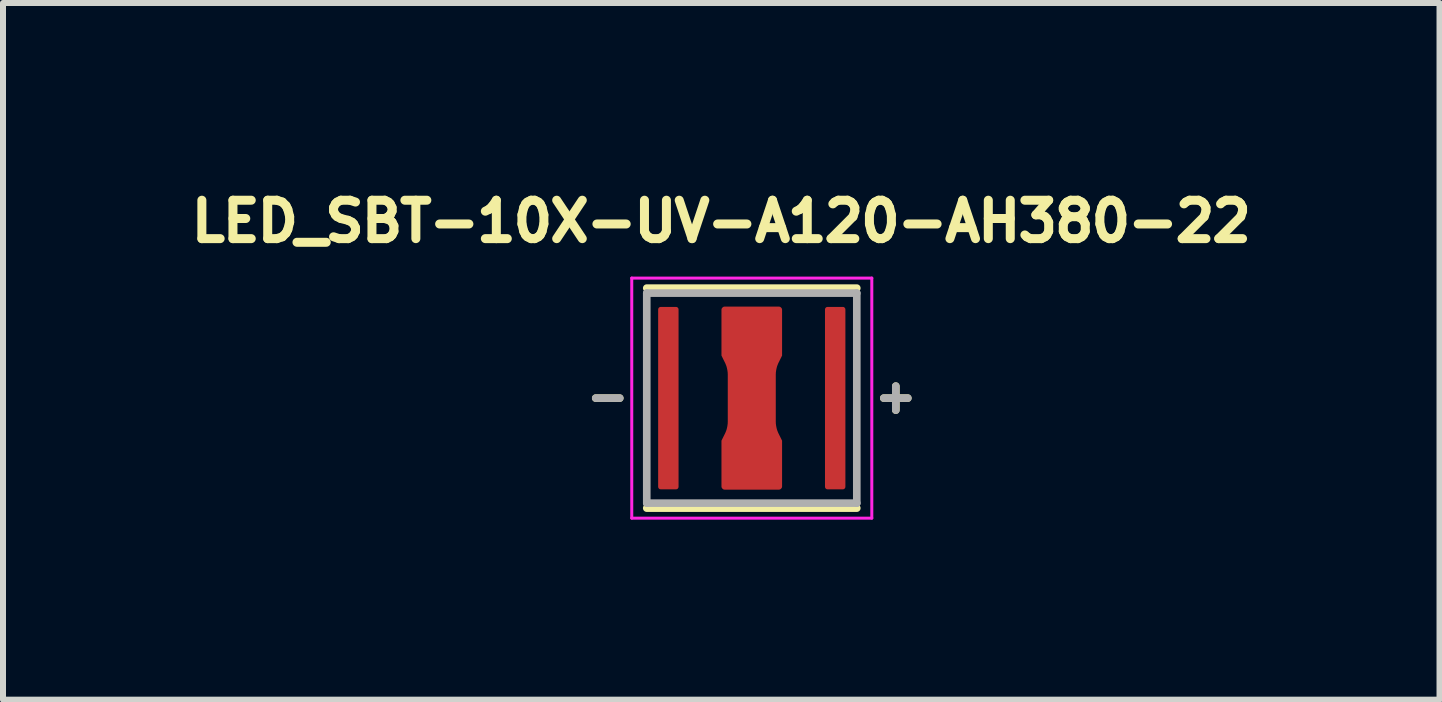
<source format=kicad_pcb>
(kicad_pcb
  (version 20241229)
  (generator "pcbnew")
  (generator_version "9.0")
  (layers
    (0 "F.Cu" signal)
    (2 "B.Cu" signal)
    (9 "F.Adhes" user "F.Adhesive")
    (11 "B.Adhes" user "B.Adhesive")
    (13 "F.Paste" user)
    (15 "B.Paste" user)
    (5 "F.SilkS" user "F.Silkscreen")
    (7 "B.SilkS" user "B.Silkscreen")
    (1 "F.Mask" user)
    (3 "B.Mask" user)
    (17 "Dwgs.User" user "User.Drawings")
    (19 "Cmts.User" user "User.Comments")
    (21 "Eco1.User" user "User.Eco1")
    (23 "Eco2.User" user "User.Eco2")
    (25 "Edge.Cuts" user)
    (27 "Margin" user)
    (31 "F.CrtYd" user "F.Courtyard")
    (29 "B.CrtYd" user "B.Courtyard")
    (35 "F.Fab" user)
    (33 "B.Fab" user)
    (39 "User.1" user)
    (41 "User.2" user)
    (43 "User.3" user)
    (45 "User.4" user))
  (footprint "LED_SBT-10X-UV-A120-AH380-22"
    (layer "F.Cu")
    (at 9.477 3.584)
    (property "Reference" "LED_SBT-10X-UV-A120-AH380-22" (at -0.508 -2.946 0) (layer "F.SilkS") (effects (font (size 0.64 0.64) (thickness 0.15))))
    (attr smd)
    (fp_poly (pts (xy -0.6 -0.66) (xy -0.6 -1.47) (xy -0.6 -1.478) (xy -0.599 -1.486) (xy -0.598 -1.493) (xy -0.597 -1.501) (xy -0.595 -1.509) (xy -0.593 -1.516) (xy -0.59 -1.524) (xy -0.587 -1.531) (xy -0.584 -1.538) (xy -0.58 -1.545) (xy -0.576 -1.552) (xy -0.571 -1.558) (xy -0.567 -1.564) (xy -0.561 -1.57) (xy -0.556 -1.576) (xy -0.55 -1.581) (xy -0.544 -1.587) (xy -0.538 -1.591) (xy -0.532 -1.596) (xy -0.525 -1.6) (xy -0.518 -1.604) (xy -0.511 -1.607) (xy -0.504 -1.61) (xy -0.496 -1.613) (xy -0.489 -1.615) (xy -0.481 -1.617) (xy -0.473 -1.618) (xy -0.466 -1.619) (xy -0.458 -1.62) (xy -0.45 -1.62) (xy 0.45 -1.62) (xy 0.458 -1.62) (xy 0.466 -1.619) (xy 0.473 -1.618) (xy 0.481 -1.617) (xy 0.489 -1.615) (xy 0.496 -1.613) (xy 0.504 -1.61) (xy 0.511 -1.607) (xy 0.518 -1.604) (xy 0.525 -1.6) (xy 0.532 -1.596) (xy 0.538 -1.591) (xy 0.544 -1.587) (xy 0.55 -1.581) (xy 0.556 -1.576) (xy 0.561 -1.57) (xy 0.567 -1.564) (xy 0.571 -1.558) (xy 0.576 -1.552) (xy 0.58 -1.545) (xy 0.584 -1.538) (xy 0.587 -1.531) (xy 0.59 -1.524) (xy 0.593 -1.516) (xy 0.595 -1.509) (xy 0.597 -1.501) (xy 0.598 -1.493) (xy 0.599 -1.486) (xy 0.6 -1.478) (xy 0.6 -1.47) (xy 0.6 -0.66) (xy 0.535 -0.53) (xy 0.534 -0.527) (xy 0.531 -0.522) (xy 0.529 -0.517) (xy 0.526 -0.511) (xy 0.524 -0.506) (xy 0.522 -0.5) (xy 0.52 -0.495) (xy 0.517 -0.489) (xy 0.515 -0.483) (xy 0.514 -0.478) (xy 0.512 -0.472) (xy 0.51 -0.466) (xy 0.508 -0.461) (xy 0.507 -0.455) (xy 0.505 -0.449) (xy 0.504 -0.443) (xy 0.503 -0.437) (xy 0.502 -0.431) (xy 0.501 -0.426) (xy 0.5 -0.42) (xy 0.499 -0.414) (xy 0.498 -0.408) (xy 0.497 -0.402) (xy 0.497 -0.396) (xy 0.496 -0.39) (xy 0.496 -0.384) (xy 0.495 -0.378) (xy 0.495 -0.372) (xy 0.495 -0.366) (xy 0.495 -0.36) (xy 0.495 0.36) (xy 0.495 0.366) (xy 0.495 0.372) (xy 0.495 0.378) (xy 0.496 0.384) (xy 0.496 0.39) (xy 0.497 0.396) (xy 0.497 0.402) (xy 0.498 0.408) (xy 0.499 0.414) (xy 0.5 0.42) (xy 0.501 0.426) (xy 0.502 0.431) (xy 0.503 0.437) (xy 0.504 0.443) (xy 0.505 0.449) (xy 0.507 0.455) (xy 0.508 0.461) (xy 0.51 0.466) (xy 0.512 0.472) (xy 0.514 0.478) (xy 0.515 0.483) (xy 0.517 0.489) (xy 0.52 0.495) (xy 0.522 0.5) (xy 0.524 0.506) (xy 0.526 0.511) (xy 0.529 0.517) (xy 0.531 0.522) (xy 0.534 0.527) (xy 0.535 0.53) (xy 0.6 0.66) (xy 0.6 1.47) (xy 0.6 1.478) (xy 0.599 1.486) (xy 0.598 1.493) (xy 0.597 1.501) (xy 0.595 1.509) (xy 0.593 1.516) (xy 0.59 1.524) (xy 0.587 1.531) (xy 0.584 1.538) (xy 0.58 1.545) (xy 0.576 1.552) (xy 0.571 1.558) (xy 0.567 1.564) (xy 0.561 1.57) (xy 0.556 1.576) (xy 0.55 1.581) (xy 0.544 1.587) (xy 0.538 1.591) (xy 0.532 1.596) (xy 0.525 1.6) (xy 0.518 1.604) (xy 0.511 1.607) (xy 0.504 1.61) (xy 0.496 1.613) (xy 0.489 1.615) (xy 0.481 1.617) (xy 0.473 1.618) (xy 0.466 1.619) (xy 0.458 1.62) (xy 0.45 1.62) (xy -0.45 1.62) (xy -0.458 1.62) (xy -0.466 1.619) (xy -0.473 1.618) (xy -0.481 1.617) (xy -0.489 1.615) (xy -0.496 1.613) (xy -0.504 1.61) (xy -0.511 1.607) (xy -0.518 1.604) (xy -0.525 1.6) (xy -0.532 1.596) (xy -0.538 1.591) (xy -0.544 1.587) (xy -0.55 1.581) (xy -0.556 1.576) (xy -0.561 1.57) (xy -0.567 1.564) (xy -0.571 1.558) (xy -0.576 1.552) (xy -0.58 1.545) (xy -0.584 1.538) (xy -0.587 1.531) (xy -0.59 1.524) (xy -0.593 1.516) (xy -0.595 1.509) (xy -0.597 1.501) (xy -0.598 1.493) (xy -0.599 1.486) (xy -0.6 1.478) (xy -0.6 1.47) (xy -0.6 0.66) (xy -0.535 0.53) (xy -0.534 0.527) (xy -0.531 0.522) (xy -0.529 0.517) (xy -0.526 0.511) (xy -0.524 0.506) (xy -0.522 0.5) (xy -0.52 0.495) (xy -0.517 0.489) (xy -0.515 0.483) (xy -0.514 0.478) (xy -0.512 0.472) (xy -0.51 0.466) (xy -0.508 0.461) (xy -0.507 0.455) (xy -0.505 0.449) (xy -0.504 0.443) (xy -0.503 0.437) (xy -0.502 0.431) (xy -0.501 0.426) (xy -0.5 0.42) (xy -0.499 0.414) (xy -0.498 0.408) (xy -0.497 0.402) (xy -0.497 0.396) (xy -0.496 0.39) (xy -0.496 0.384) (xy -0.495 0.378) (xy -0.495 0.372) (xy -0.495 0.366) (xy -0.495 0.36) (xy -0.495 -0.36) (xy -0.495 -0.366) (xy -0.495 -0.372) (xy -0.495 -0.378) (xy -0.496 -0.384) (xy -0.496 -0.39) (xy -0.497 -0.396) (xy -0.497 -0.402) (xy -0.498 -0.408) (xy -0.499 -0.414) (xy -0.5 -0.42) (xy -0.501 -0.426) (xy -0.502 -0.431) (xy -0.503 -0.437) (xy -0.504 -0.443) (xy -0.505 -0.449) (xy -0.507 -0.455) (xy -0.508 -0.461) (xy -0.51 -0.466) (xy -0.512 -0.472) (xy -0.514 -0.478) (xy -0.515 -0.483) (xy -0.517 -0.489) (xy -0.52 -0.495) (xy -0.522 -0.5) (xy -0.524 -0.506) (xy -0.526 -0.511) (xy -0.529 -0.517) (xy -0.531 -0.522) (xy -0.534 -0.527) (xy -0.535 -0.53) (xy -0.6 -0.66)) (stroke (width 0.01) (type solid)) (fill yes) (layer "F.Mask"))
    (fp_line (start -2.6 0) (end -2.2 0) (stroke (width 0.127) (type solid)) (layer "F.SilkS"))
    (fp_line (start -1.75 -1.833) (end 1.75 -1.833) (stroke (width 0.127) (type solid)) (layer "F.SilkS"))
    (fp_line (start 1.75 1.833) (end -1.75 1.833) (stroke (width 0.127) (type solid)) (layer "F.SilkS"))
    (fp_line (start 2.2 0) (end 2.6 0) (stroke (width 0.127) (type solid)) (layer "F.SilkS"))
    (fp_line (start 2.4 -0.2) (end 2.4 0.2) (stroke (width 0.127) (type solid)) (layer "F.SilkS"))
    (fp_poly (pts (xy -1.51 1.48) (xy -1.27 1.48) (xy -1.267 1.48) (xy -1.265 1.48) (xy -1.262 1.479) (xy -1.26 1.479) (xy -1.257 1.478) (xy -1.255 1.478) (xy -1.252 1.477) (xy -1.25 1.476) (xy -1.247 1.475) (xy -1.245 1.473) (xy -1.243 1.472) (xy -1.241 1.47) (xy -1.239 1.469) (xy -1.237 1.467) (xy -1.235 1.465) (xy -1.233 1.463) (xy -1.231 1.461) (xy -1.23 1.459) (xy -1.228 1.457) (xy -1.227 1.455) (xy -1.225 1.453) (xy -1.224 1.45) (xy -1.223 1.448) (xy -1.222 1.445) (xy -1.222 1.443) (xy -1.221 1.44) (xy -1.221 1.438) (xy -1.22 1.435) (xy -1.22 1.433) (xy -1.22 1.43) (xy -1.22 -1.43) (xy -1.22 -1.433) (xy -1.22 -1.435) (xy -1.221 -1.438) (xy -1.221 -1.44) (xy -1.222 -1.443) (xy -1.222 -1.445) (xy -1.223 -1.448) (xy -1.224 -1.45) (xy -1.225 -1.453) (xy -1.227 -1.455) (xy -1.228 -1.457) (xy -1.23 -1.459) (xy -1.231 -1.461) (xy -1.233 -1.463) (xy -1.235 -1.465) (xy -1.237 -1.467) (xy -1.239 -1.469) (xy -1.241 -1.47) (xy -1.243 -1.472) (xy -1.245 -1.473) (xy -1.247 -1.475) (xy -1.25 -1.476) (xy -1.252 -1.477) (xy -1.255 -1.478) (xy -1.257 -1.478) (xy -1.26 -1.479) (xy -1.262 -1.479) (xy -1.265 -1.48) (xy -1.267 -1.48) (xy -1.27 -1.48) (xy -1.51 -1.48) (xy -1.513 -1.48) (xy -1.515 -1.48) (xy -1.518 -1.479) (xy -1.52 -1.479) (xy -1.523 -1.478) (xy -1.525 -1.478) (xy -1.528 -1.477) (xy -1.53 -1.476) (xy -1.533 -1.475) (xy -1.535 -1.473) (xy -1.537 -1.472) (xy -1.539 -1.47) (xy -1.541 -1.469) (xy -1.543 -1.467) (xy -1.545 -1.465) (xy -1.547 -1.463) (xy -1.549 -1.461) (xy -1.55 -1.459) (xy -1.552 -1.457) (xy -1.553 -1.455) (xy -1.555 -1.453) (xy -1.556 -1.45) (xy -1.557 -1.448) (xy -1.558 -1.445) (xy -1.558 -1.443) (xy -1.559 -1.44) (xy -1.559 -1.438) (xy -1.56 -1.435) (xy -1.56 -1.433) (xy -1.56 -1.43) (xy -1.56 1.43) (xy -1.56 1.433) (xy -1.56 1.435) (xy -1.559 1.438) (xy -1.559 1.44) (xy -1.558 1.443) (xy -1.558 1.445) (xy -1.557 1.448) (xy -1.556 1.45) (xy -1.555 1.453) (xy -1.553 1.455) (xy -1.552 1.457) (xy -1.55 1.459) (xy -1.549 1.461) (xy -1.547 1.463) (xy -1.545 1.465) (xy -1.543 1.467) (xy -1.541 1.469) (xy -1.539 1.47) (xy -1.537 1.472) (xy -1.535 1.473) (xy -1.533 1.475) (xy -1.53 1.476) (xy -1.528 1.477) (xy -1.525 1.478) (xy -1.523 1.478) (xy -1.52 1.479) (xy -1.518 1.479) (xy -1.515 1.48) (xy -1.513 1.48) (xy -1.51 1.48)) (stroke (width 0.01) (type solid)) (fill yes) (layer "F.Paste"))
    (fp_poly (pts (xy 1.27 1.48) (xy 1.51 1.48) (xy 1.513 1.48) (xy 1.515 1.48) (xy 1.518 1.479) (xy 1.52 1.479) (xy 1.523 1.478) (xy 1.525 1.478) (xy 1.528 1.477) (xy 1.53 1.476) (xy 1.533 1.475) (xy 1.535 1.473) (xy 1.537 1.472) (xy 1.539 1.47) (xy 1.541 1.469) (xy 1.543 1.467) (xy 1.545 1.465) (xy 1.547 1.463) (xy 1.549 1.461) (xy 1.55 1.459) (xy 1.552 1.457) (xy 1.553 1.455) (xy 1.555 1.453) (xy 1.556 1.45) (xy 1.557 1.448) (xy 1.558 1.445) (xy 1.558 1.443) (xy 1.559 1.44) (xy 1.559 1.438) (xy 1.56 1.435) (xy 1.56 1.433) (xy 1.56 1.43) (xy 1.56 -1.43) (xy 1.56 -1.433) (xy 1.56 -1.435) (xy 1.559 -1.438) (xy 1.559 -1.44) (xy 1.558 -1.443) (xy 1.558 -1.445) (xy 1.557 -1.448) (xy 1.556 -1.45) (xy 1.555 -1.453) (xy 1.553 -1.455) (xy 1.552 -1.457) (xy 1.55 -1.459) (xy 1.549 -1.461) (xy 1.547 -1.463) (xy 1.545 -1.465) (xy 1.543 -1.467) (xy 1.541 -1.469) (xy 1.539 -1.47) (xy 1.537 -1.472) (xy 1.535 -1.473) (xy 1.533 -1.475) (xy 1.53 -1.476) (xy 1.528 -1.477) (xy 1.525 -1.478) (xy 1.523 -1.478) (xy 1.52 -1.479) (xy 1.518 -1.479) (xy 1.515 -1.48) (xy 1.513 -1.48) (xy 1.51 -1.48) (xy 1.27 -1.48) (xy 1.267 -1.48) (xy 1.265 -1.48) (xy 1.262 -1.479) (xy 1.26 -1.479) (xy 1.257 -1.478) (xy 1.255 -1.478) (xy 1.252 -1.477) (xy 1.25 -1.476) (xy 1.247 -1.475) (xy 1.245 -1.473) (xy 1.243 -1.472) (xy 1.241 -1.47) (xy 1.239 -1.469) (xy 1.237 -1.467) (xy 1.235 -1.465) (xy 1.233 -1.463) (xy 1.231 -1.461) (xy 1.23 -1.459) (xy 1.228 -1.457) (xy 1.227 -1.455) (xy 1.225 -1.453) (xy 1.224 -1.45) (xy 1.223 -1.448) (xy 1.222 -1.445) (xy 1.222 -1.443) (xy 1.221 -1.44) (xy 1.221 -1.438) (xy 1.22 -1.435) (xy 1.22 -1.433) (xy 1.22 -1.43) (xy 1.22 1.43) (xy 1.22 1.433) (xy 1.22 1.435) (xy 1.221 1.438) (xy 1.221 1.44) (xy 1.222 1.443) (xy 1.222 1.445) (xy 1.223 1.448) (xy 1.224 1.45) (xy 1.225 1.453) (xy 1.227 1.455) (xy 1.228 1.457) (xy 1.23 1.459) (xy 1.231 1.461) (xy 1.233 1.463) (xy 1.235 1.465) (xy 1.237 1.467) (xy 1.239 1.469) (xy 1.241 1.47) (xy 1.243 1.472) (xy 1.245 1.473) (xy 1.247 1.475) (xy 1.25 1.476) (xy 1.252 1.477) (xy 1.255 1.478) (xy 1.257 1.478) (xy 1.26 1.479) (xy 1.262 1.479) (xy 1.265 1.48) (xy 1.267 1.48) (xy 1.27 1.48)) (stroke (width 0.01) (type solid)) (fill yes) (layer "F.Paste"))
    (fp_poly (pts (xy -0.5 -0.71) (xy -0.5 -1.43) (xy -0.5 -1.433) (xy -0.5 -1.435) (xy -0.499 -1.438) (xy -0.499 -1.44) (xy -0.498 -1.443) (xy -0.498 -1.445) (xy -0.497 -1.448) (xy -0.496 -1.45) (xy -0.495 -1.453) (xy -0.493 -1.455) (xy -0.492 -1.457) (xy -0.49 -1.459) (xy -0.489 -1.461) (xy -0.487 -1.463) (xy -0.485 -1.465) (xy -0.483 -1.467) (xy -0.481 -1.469) (xy -0.479 -1.47) (xy -0.477 -1.472) (xy -0.475 -1.473) (xy -0.473 -1.475) (xy -0.47 -1.476) (xy -0.468 -1.477) (xy -0.465 -1.478) (xy -0.463 -1.478) (xy -0.46 -1.479) (xy -0.458 -1.479) (xy -0.455 -1.48) (xy -0.453 -1.48) (xy -0.45 -1.48) (xy 0.45 -1.48) (xy 0.453 -1.48) (xy 0.455 -1.48) (xy 0.458 -1.479) (xy 0.46 -1.479) (xy 0.463 -1.478) (xy 0.465 -1.478) (xy 0.468 -1.477) (xy 0.47 -1.476) (xy 0.473 -1.475) (xy 0.475 -1.473) (xy 0.477 -1.472) (xy 0.479 -1.47) (xy 0.481 -1.469) (xy 0.483 -1.467) (xy 0.485 -1.465) (xy 0.487 -1.463) (xy 0.489 -1.461) (xy 0.49 -1.459) (xy 0.492 -1.457) (xy 0.493 -1.455) (xy 0.495 -1.453) (xy 0.496 -1.45) (xy 0.497 -1.448) (xy 0.498 -1.445) (xy 0.498 -1.443) (xy 0.499 -1.44) (xy 0.499 -1.438) (xy 0.5 -1.435) (xy 0.5 -1.433) (xy 0.5 -1.43) (xy 0.5 -0.71) (xy 0.446 -0.601) (xy 0.444 -0.598) (xy 0.441 -0.591) (xy 0.438 -0.584) (xy 0.434 -0.577) (xy 0.432 -0.57) (xy 0.429 -0.563) (xy 0.426 -0.556) (xy 0.423 -0.549) (xy 0.421 -0.542) (xy 0.418 -0.535) (xy 0.416 -0.528) (xy 0.414 -0.521) (xy 0.412 -0.513) (xy 0.41 -0.506) (xy 0.408 -0.499) (xy 0.407 -0.491) (xy 0.405 -0.484) (xy 0.404 -0.477) (xy 0.402 -0.469) (xy 0.401 -0.462) (xy 0.4 -0.454) (xy 0.399 -0.447) (xy 0.398 -0.439) (xy 0.397 -0.432) (xy 0.396 -0.424) (xy 0.396 -0.417) (xy 0.396 -0.409) (xy 0.395 -0.402) (xy 0.395 -0.394) (xy 0.395 -0.387) (xy 0.395 0.387) (xy 0.395 0.394) (xy 0.395 0.402) (xy 0.396 0.409) (xy 0.396 0.417) (xy 0.396 0.424) (xy 0.397 0.432) (xy 0.398 0.439) (xy 0.399 0.447) (xy 0.4 0.454) (xy 0.401 0.462) (xy 0.402 0.469) (xy 0.404 0.477) (xy 0.405 0.484) (xy 0.407 0.491) (xy 0.408 0.499) (xy 0.41 0.506) (xy 0.412 0.513) (xy 0.414 0.521) (xy 0.416 0.528) (xy 0.418 0.535) (xy 0.421 0.542) (xy 0.423 0.549) (xy 0.426 0.556) (xy 0.429 0.563) (xy 0.432 0.57) (xy 0.434 0.577) (xy 0.438 0.584) (xy 0.441 0.591) (xy 0.444 0.598) (xy 0.446 0.601) (xy 0.5 0.71) (xy 0.5 1.43) (xy 0.5 1.433) (xy 0.5 1.435) (xy 0.499 1.438) (xy 0.499 1.44) (xy 0.498 1.443) (xy 0.498 1.445) (xy 0.497 1.448) (xy 0.496 1.45) (xy 0.495 1.453) (xy 0.493 1.455) (xy 0.492 1.457) (xy 0.49 1.459) (xy 0.489 1.461) (xy 0.487 1.463) (xy 0.485 1.465) (xy 0.483 1.467) (xy 0.481 1.469) (xy 0.479 1.47) (xy 0.477 1.472) (xy 0.475 1.473) (xy 0.473 1.475) (xy 0.47 1.476) (xy 0.468 1.477) (xy 0.465 1.478) (xy 0.463 1.478) (xy 0.46 1.479) (xy 0.458 1.479) (xy 0.455 1.48) (xy 0.453 1.48) (xy 0.45 1.48) (xy -0.45 1.48) (xy -0.453 1.48) (xy -0.455 1.48) (xy -0.458 1.479) (xy -0.46 1.479) (xy -0.463 1.478) (xy -0.465 1.478) (xy -0.468 1.477) (xy -0.47 1.476) (xy -0.473 1.475) (xy -0.475 1.473) (xy -0.477 1.472) (xy -0.479 1.47) (xy -0.481 1.469) (xy -0.483 1.467) (xy -0.485 1.465) (xy -0.487 1.463) (xy -0.489 1.461) (xy -0.49 1.459) (xy -0.492 1.457) (xy -0.493 1.455) (xy -0.495 1.453) (xy -0.496 1.45) (xy -0.497 1.448) (xy -0.498 1.445) (xy -0.498 1.443) (xy -0.499 1.44) (xy -0.499 1.438) (xy -0.5 1.435) (xy -0.5 1.433) (xy -0.5 1.43) (xy -0.5 0.71) (xy -0.446 0.601) (xy -0.444 0.598) (xy -0.441 0.591) (xy -0.438 0.584) (xy -0.434 0.577) (xy -0.432 0.57) (xy -0.429 0.563) (xy -0.426 0.556) (xy -0.423 0.549) (xy -0.421 0.542) (xy -0.418 0.535) (xy -0.416 0.528) (xy -0.414 0.521) (xy -0.412 0.513) (xy -0.41 0.506) (xy -0.408 0.499) (xy -0.407 0.491) (xy -0.405 0.484) (xy -0.404 0.477) (xy -0.402 0.469) (xy -0.401 0.462) (xy -0.4 0.454) (xy -0.399 0.447) (xy -0.398 0.439) (xy -0.397 0.432) (xy -0.396 0.424) (xy -0.396 0.417) (xy -0.396 0.409) (xy -0.395 0.402) (xy -0.395 0.394) (xy -0.395 0.387) (xy -0.395 -0.387) (xy -0.395 -0.394) (xy -0.395 -0.402) (xy -0.396 -0.409) (xy -0.396 -0.417) (xy -0.396 -0.424) (xy -0.397 -0.432) (xy -0.398 -0.439) (xy -0.399 -0.447) (xy -0.4 -0.454) (xy -0.401 -0.462) (xy -0.402 -0.469) (xy -0.404 -0.477) (xy -0.405 -0.484) (xy -0.407 -0.491) (xy -0.408 -0.499) (xy -0.41 -0.506) (xy -0.412 -0.513) (xy -0.414 -0.521) (xy -0.416 -0.528) (xy -0.418 -0.535) (xy -0.421 -0.542) (xy -0.423 -0.549) (xy -0.426 -0.556) (xy -0.429 -0.563) (xy -0.432 -0.57) (xy -0.434 -0.577) (xy -0.438 -0.584) (xy -0.441 -0.591) (xy -0.444 -0.598) (xy -0.446 -0.601) (xy -0.5 -0.71)) (stroke (width 0.01) (type solid)) (fill yes) (layer "F.Paste"))
    (fp_line (start -2 -2) (end 2 -2) (stroke (width 0.05) (type solid)) (layer "F.CrtYd"))
    (fp_line (start -2 2) (end -2 -2) (stroke (width 0.05) (type solid)) (layer "F.CrtYd"))
    (fp_line (start 2 -2) (end 2 2) (stroke (width 0.05) (type solid)) (layer "F.CrtYd"))
    (fp_line (start 2 2) (end -2 2) (stroke (width 0.05) (type solid)) (layer "F.CrtYd"))
    (fp_line (start -2.6 0) (end -2.2 0) (stroke (width 0.127) (type solid)) (layer "F.Fab"))
    (fp_line (start -1.75 -1.75) (end 1.75 -1.75) (stroke (width 0.127) (type solid)) (layer "F.Fab"))
    (fp_line (start -1.75 1.75) (end -1.75 -1.75) (stroke (width 0.127) (type solid)) (layer "F.Fab"))
    (fp_line (start 1.75 -1.75) (end 1.75 1.75) (stroke (width 0.127) (type solid)) (layer "F.Fab"))
    (fp_line (start 1.75 1.75) (end -1.75 1.75) (stroke (width 0.127) (type solid)) (layer "F.Fab"))
    (fp_line (start 2.2 0) (end 2.6 0) (stroke (width 0.127) (type solid)) (layer "F.Fab"))
    (fp_line (start 2.4 -0.2) (end 2.4 0.2) (stroke (width 0.127) (type solid)) (layer "F.Fab"))
    (pad "A" smd roundrect (at 1.39 0) (size 0.34 3.04) (layers "F.Cu" "F.Mask") (roundrect_rratio 0.125))
    (pad "C" smd roundrect (at -1.39 0) (size 0.34 3.04) (layers "F.Cu" "F.Mask") (roundrect_rratio 0.125))
    (pad "EXP" smd custom (at 0 0) (size 0.5 1) (layers "F.Cu") (options (anchor rect)) (primitives (gr_poly (pts (xy -0.5 -0.71) (xy -0.5 -1.47) (xy -0.5 -1.473) (xy -0.5 -1.475) (xy -0.499 -1.478) (xy -0.499 -1.48) (xy -0.498 -1.483) (xy -0.498 -1.485) (xy -0.497 -1.488) (xy -0.496 -1.49) (xy -0.495 -1.493) (xy -0.493 -1.495) (xy -0.492 -1.497) (xy -0.49 -1.499) (xy -0.489 -1.501) (xy -0.487 -1.503) (xy -0.485 -1.505) (xy -0.483 -1.507) (xy -0.481 -1.509) (xy -0.479 -1.51) (xy -0.477 -1.512) (xy -0.475 -1.513) (xy -0.473 -1.515) (xy -0.47 -1.516) (xy -0.468 -1.517) (xy -0.465 -1.518) (xy -0.463 -1.518) (xy -0.46 -1.519) (xy -0.458 -1.519) (xy -0.455 -1.52) (xy -0.453 -1.52) (xy -0.45 -1.52) (xy 0.45 -1.52) (xy 0.453 -1.52) (xy 0.455 -1.52) (xy 0.458 -1.519) (xy 0.46 -1.519) (xy 0.463 -1.518) (xy 0.465 -1.518) (xy 0.468 -1.517) (xy 0.47 -1.516) (xy 0.473 -1.515) (xy 0.475 -1.513) (xy 0.477 -1.512) (xy 0.479 -1.51) (xy 0.481 -1.509) (xy 0.483 -1.507) (xy 0.485 -1.505) (xy 0.487 -1.503) (xy 0.489 -1.501) (xy 0.49 -1.499) (xy 0.492 -1.497) (xy 0.493 -1.495) (xy 0.495 -1.493) (xy 0.496 -1.49) (xy 0.497 -1.488) (xy 0.498 -1.485) (xy 0.498 -1.483) (xy 0.499 -1.48) (xy 0.499 -1.478) (xy 0.5 -1.475) (xy 0.5 -1.473) (xy 0.5 -1.47) (xy 0.5 -0.71) (xy 0.446 -0.601) (xy 0.444 -0.598) (xy 0.441 -0.591) (xy 0.438 -0.584) (xy 0.434 -0.577) (xy 0.432 -0.57) (xy 0.429 -0.563) (xy 0.426 -0.556) (xy 0.423 -0.549) (xy 0.421 -0.542) (xy 0.418 -0.535) (xy 0.416 -0.528) (xy 0.414 -0.521) (xy 0.412 -0.513) (xy 0.41 -0.506) (xy 0.408 -0.499) (xy 0.407 -0.491) (xy 0.405 -0.484) (xy 0.404 -0.477) (xy 0.402 -0.469) (xy 0.401 -0.462) (xy 0.4 -0.454) (xy 0.399 -0.447) (xy 0.398 -0.439) (xy 0.397 -0.432) (xy 0.396 -0.424) (xy 0.396 -0.417) (xy 0.396 -0.409) (xy 0.395 -0.402) (xy 0.395 -0.394) (xy 0.395 -0.387) (xy 0.395 0.387) (xy 0.395 0.394) (xy 0.395 0.402) (xy 0.396 0.409) (xy 0.396 0.417) (xy 0.396 0.424) (xy 0.397 0.432) (xy 0.398 0.439) (xy 0.399 0.447) (xy 0.4 0.454) (xy 0.401 0.462) (xy 0.402 0.469) (xy 0.404 0.477) (xy 0.405 0.484) (xy 0.407 0.491) (xy 0.408 0.499) (xy 0.41 0.506) (xy 0.412 0.513) (xy 0.414 0.521) (xy 0.416 0.528) (xy 0.418 0.535) (xy 0.421 0.542) (xy 0.423 0.549) (xy 0.426 0.556) (xy 0.429 0.563) (xy 0.432 0.57) (xy 0.434 0.577) (xy 0.438 0.584) (xy 0.441 0.591) (xy 0.444 0.598) (xy 0.446 0.601) (xy 0.5 0.71) (xy 0.5 1.47) (xy 0.5 1.473) (xy 0.5 1.475) (xy 0.499 1.478) (xy 0.499 1.48) (xy 0.498 1.483) (xy 0.498 1.485) (xy 0.497 1.488) (xy 0.496 1.49) (xy 0.495 1.493) (xy 0.493 1.495) (xy 0.492 1.497) (xy 0.49 1.499) (xy 0.489 1.501) (xy 0.487 1.503) (xy 0.485 1.505) (xy 0.483 1.507) (xy 0.481 1.509) (xy 0.479 1.51) (xy 0.477 1.512) (xy 0.475 1.513) (xy 0.473 1.515) (xy 0.47 1.516) (xy 0.468 1.517) (xy 0.465 1.518) (xy 0.463 1.518) (xy 0.46 1.519) (xy 0.458 1.519) (xy 0.455 1.52) (xy 0.453 1.52) (xy 0.45 1.52) (xy -0.45 1.52) (xy -0.453 1.52) (xy -0.455 1.52) (xy -0.458 1.519) (xy -0.46 1.519) (xy -0.463 1.518) (xy -0.465 1.518) (xy -0.468 1.517) (xy -0.47 1.516) (xy -0.473 1.515) (xy -0.475 1.513) (xy -0.477 1.512) (xy -0.479 1.51) (xy -0.481 1.509) (xy -0.483 1.507) (xy -0.485 1.505) (xy -0.487 1.503) (xy -0.489 1.501) (xy -0.49 1.499) (xy -0.492 1.497) (xy -0.493 1.495) (xy -0.495 1.493) (xy -0.496 1.49) (xy -0.497 1.488) (xy -0.498 1.485) (xy -0.498 1.483) (xy -0.499 1.48) (xy -0.499 1.478) (xy -0.5 1.475) (xy -0.5 1.473) (xy -0.5 1.47) (xy -0.5 0.71) (xy -0.446 0.601) (xy -0.444 0.598) (xy -0.441 0.591) (xy -0.438 0.584) (xy -0.434 0.577) (xy -0.432 0.57) (xy -0.429 0.563) (xy -0.426 0.556) (xy -0.423 0.549) (xy -0.421 0.542) (xy -0.418 0.535) (xy -0.416 0.528) (xy -0.414 0.521) (xy -0.412 0.513) (xy -0.41 0.506) (xy -0.408 0.499) (xy -0.407 0.491) (xy -0.405 0.484) (xy -0.404 0.477) (xy -0.402 0.469) (xy -0.401 0.462) (xy -0.4 0.454) (xy -0.399 0.447) (xy -0.398 0.439) (xy -0.397 0.432) (xy -0.396 0.424) (xy -0.396 0.417) (xy -0.396 0.409) (xy -0.395 0.402) (xy -0.395 0.394) (xy -0.395 0.387) (xy -0.395 -0.387) (xy -0.395 -0.394) (xy -0.395 -0.402) (xy -0.396 -0.409) (xy -0.396 -0.417) (xy -0.396 -0.424) (xy -0.397 -0.432) (xy -0.398 -0.439) (xy -0.399 -0.447) (xy -0.4 -0.454) (xy -0.401 -0.462) (xy -0.402 -0.469) (xy -0.404 -0.477) (xy -0.405 -0.484) (xy -0.407 -0.491) (xy -0.408 -0.499) (xy -0.41 -0.506) (xy -0.412 -0.513) (xy -0.414 -0.521) (xy -0.416 -0.528) (xy -0.418 -0.535) (xy -0.421 -0.542) (xy -0.423 -0.549) (xy -0.426 -0.556) (xy -0.429 -0.563) (xy -0.432 -0.57) (xy -0.434 -0.577) (xy -0.438 -0.584) (xy -0.441 -0.591) (xy -0.444 -0.598) (xy -0.446 -0.601) (xy -0.5 -0.71)) (width 0.01) (fill yes)))))
  (gr_rect
    (start -3 -3)
    (end 20.937 8.609)
    (stroke (width 0.1) (type default))
    (fill no)
    (layer "Edge.Cuts")))
</source>
